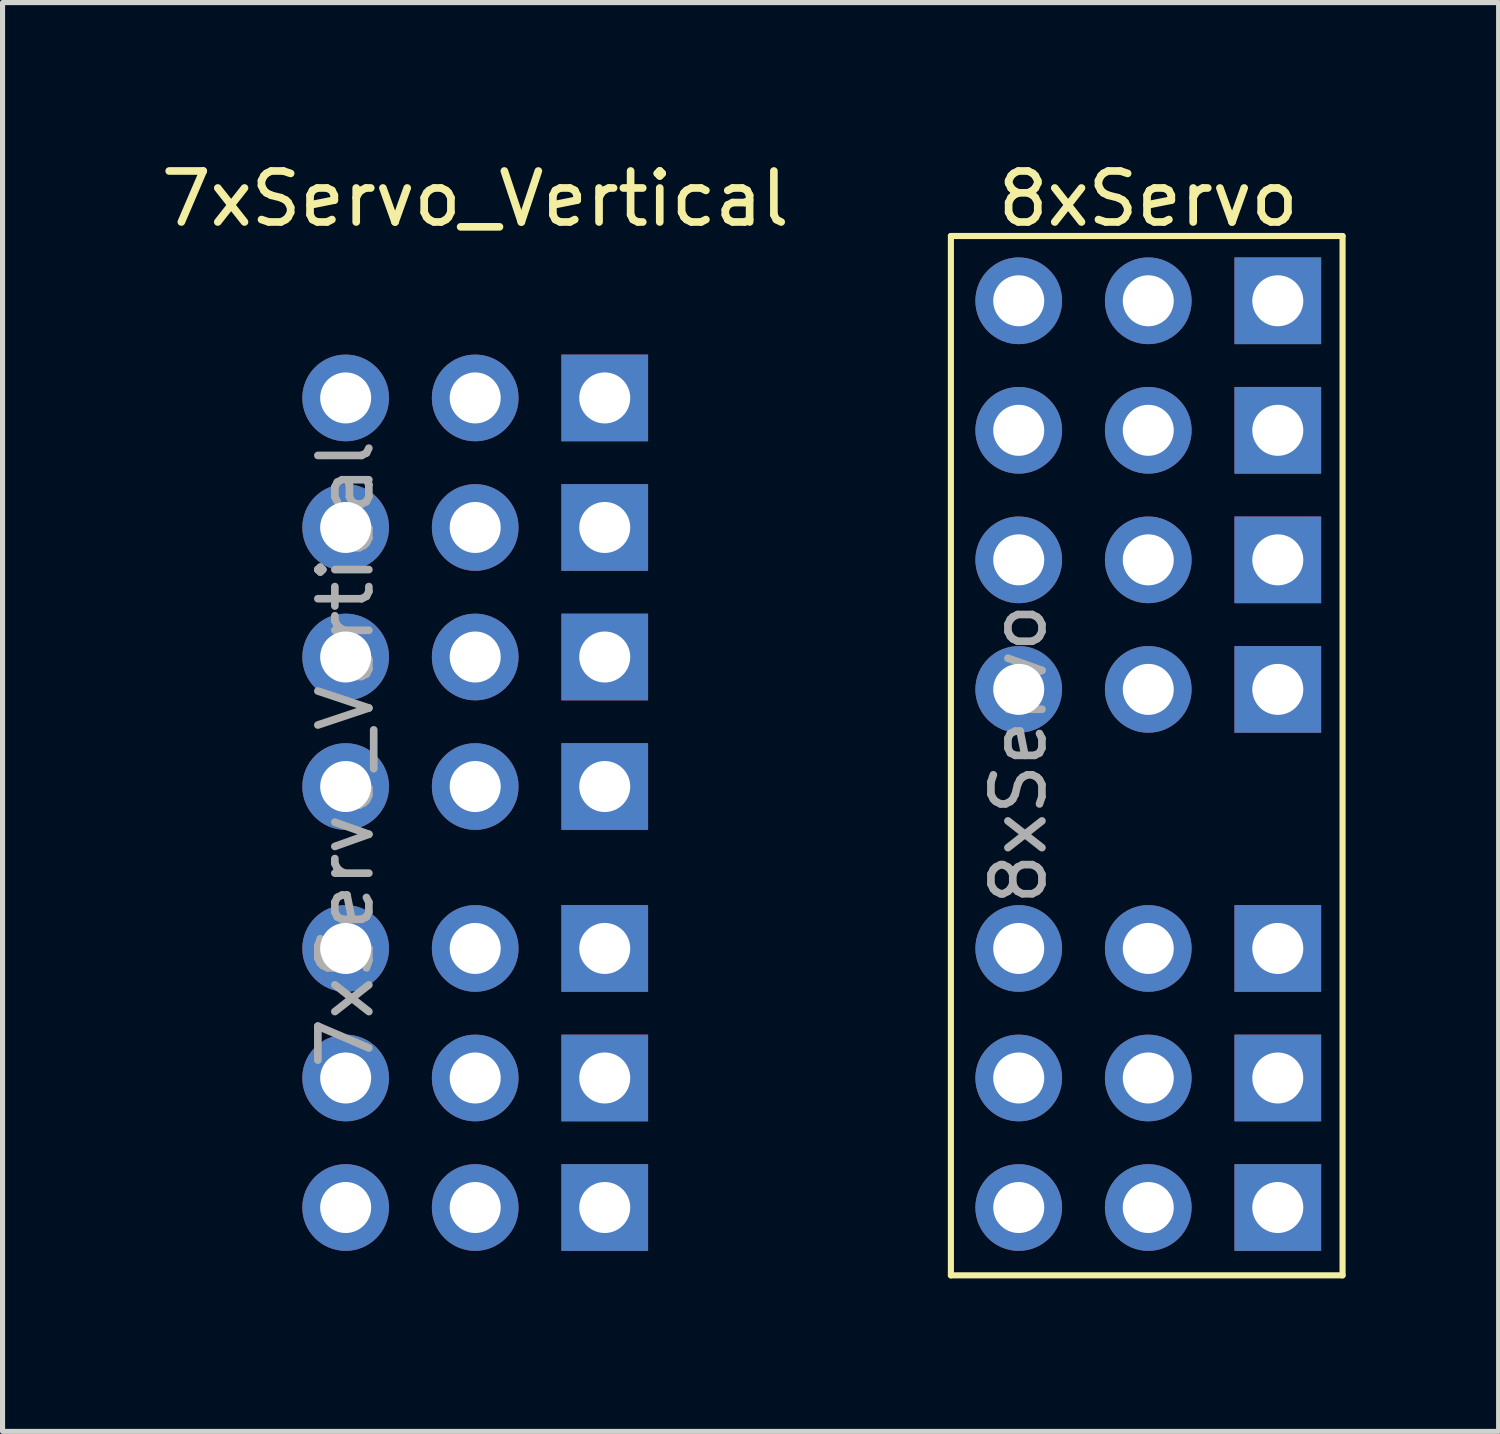
<source format=kicad_pcb>
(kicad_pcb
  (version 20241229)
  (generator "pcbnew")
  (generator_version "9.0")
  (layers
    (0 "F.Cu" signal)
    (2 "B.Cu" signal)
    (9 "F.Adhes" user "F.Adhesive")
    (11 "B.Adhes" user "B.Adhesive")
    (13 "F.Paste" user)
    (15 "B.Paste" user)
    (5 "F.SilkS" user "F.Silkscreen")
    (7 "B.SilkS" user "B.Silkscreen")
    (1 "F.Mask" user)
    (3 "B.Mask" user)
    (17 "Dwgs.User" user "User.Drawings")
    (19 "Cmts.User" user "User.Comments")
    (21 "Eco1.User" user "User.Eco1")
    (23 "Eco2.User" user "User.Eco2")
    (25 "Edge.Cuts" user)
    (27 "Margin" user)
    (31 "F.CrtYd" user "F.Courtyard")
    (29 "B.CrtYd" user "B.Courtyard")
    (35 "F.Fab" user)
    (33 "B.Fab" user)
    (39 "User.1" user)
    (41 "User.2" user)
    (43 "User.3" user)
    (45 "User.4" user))
  (footprint "8xServo"
    (layer "F.Cu")
    (at 19.466 2.848)
    (property "Reference" "8xServo" (at 0 -2 0) (layer "F.SilkS") (effects (font (size 1 1) (thickness 0.15))))
    (attr through_hole)
    (fp_line (start -3.87 -1.27) (end -3.87 19.11) (stroke (width 0.12) (type solid)) (layer "F.SilkS"))
    (fp_line (start -3.87 -1.27) (end 3.81 -1.27) (stroke (width 0.12) (type solid)) (layer "F.SilkS"))
    (fp_line (start -3.87 19.11) (end 3.81 19.11) (stroke (width 0.12) (type solid)) (layer "F.SilkS"))
    (fp_line (start 3.81 -1.27) (end 3.81 19.11) (stroke (width 0.12) (type solid)) (layer "F.SilkS"))
    (fp_text user "${REFERENCE}" (at -2.54 8.89 90) (layer "F.Fab") (effects (font (size 1 1) (thickness 0.15))))
    (pad "1" thru_hole circle (at -2.54 0) (size 1.7 1.7) (drill 1) (layers "*.Cu" "*.Mask"))
    (pad "2" thru_hole oval (at -2.54 2.54) (size 1.7 1.7) (drill 1) (layers "*.Cu" "*.Mask"))
    (pad "3" thru_hole oval (at -2.54 5.08) (size 1.7 1.7) (drill 1) (layers "*.Cu" "*.Mask"))
    (pad "4" thru_hole oval (at -2.54 7.62) (size 1.7 1.7) (drill 1) (layers "*.Cu" "*.Mask"))
    (pad "5" thru_hole oval (at -2.54 12.7) (size 1.7 1.7) (drill 1) (layers "*.Cu" "*.Mask"))
    (pad "6" thru_hole oval (at -2.54 15.24) (size 1.7 1.7) (drill 1) (layers "*.Cu" "*.Mask"))
    (pad "7" thru_hole oval (at -2.54 17.78) (size 1.7 1.7) (drill 1) (layers "*.Cu" "*.Mask"))
    (pad "8" thru_hole circle (at 0 0) (size 1.7 1.7) (drill 1) (layers "*.Cu" "*.Mask"))
    (pad "9" thru_hole oval (at 0 2.54) (size 1.7 1.7) (drill 1) (layers "*.Cu" "*.Mask"))
    (pad "10" thru_hole oval (at 0 5.08) (size 1.7 1.7) (drill 1) (layers "*.Cu" "*.Mask"))
    (pad "11" thru_hole oval (at 0 7.62) (size 1.7 1.7) (drill 1) (layers "*.Cu" "*.Mask"))
    (pad "12" thru_hole oval (at 0 12.7) (size 1.7 1.7) (drill 1) (layers "*.Cu" "*.Mask"))
    (pad "13" thru_hole oval (at 0 15.24) (size 1.7 1.7) (drill 1) (layers "*.Cu" "*.Mask"))
    (pad "14" thru_hole oval (at 0 17.78) (size 1.7 1.7) (drill 1) (layers "*.Cu" "*.Mask"))
    (pad "15" thru_hole rect (at 2.54 0) (size 1.7 1.7) (drill 1) (layers "*.Cu" "*.Mask"))
    (pad "16" thru_hole rect (at 2.54 2.54) (size 1.7 1.7) (drill 1) (layers "*.Cu" "*.Mask"))
    (pad "17" thru_hole rect (at 2.54 5.08) (size 1.7 1.7) (drill 1) (layers "*.Cu" "*.Mask"))
    (pad "18" thru_hole rect (at 2.54 7.62) (size 1.7 1.7) (drill 1) (layers "*.Cu" "*.Mask"))
    (pad "19" thru_hole rect (at 2.54 12.7) (size 1.7 1.7) (drill 1) (layers "*.Cu" "*.Mask"))
    (pad "20" thru_hole rect (at 2.54 15.24) (size 1.7 1.7) (drill 1) (layers "*.Cu" "*.Mask"))
    (pad "21" thru_hole rect (at 2.54 17.78) (size 1.7 1.7) (drill 1) (layers "*.Cu" "*.Mask")))
  (footprint "7xServo_Vertical"
    (layer "F.Cu")
    (at 6.273 12.683)
    (property "Reference" "7xServo_Vertical" (at -0.005 -11.835 0) (layer "F.SilkS") (effects (font (size 1 1) (thickness 0.15))))
    (attr through_hole)
    (fp_line (start -2.545 -7.93) (end 2.535 7.945) (stroke (width 0.12) (type default)) (layer "User.1"))
    (fp_line (start 2.535 -7.93) (end -2.545 7.945) (stroke (width 0.12) (type default)) (layer "User.1"))
    (fp_text user "${REFERENCE}" (at -2.545 -0.945 90) (layer "F.Fab") (effects (font (size 1 1) (thickness 0.15))))
    (pad "1" thru_hole circle (at -2.545 -7.93) (size 1.7 1.7) (drill 1) (layers "*.Cu" "*.Mask"))
    (pad "2" thru_hole oval (at -2.545 -5.39) (size 1.7 1.7) (drill 1) (layers "*.Cu" "*.Mask"))
    (pad "3" thru_hole oval (at -2.545 -2.85) (size 1.7 1.7) (drill 1) (layers "*.Cu" "*.Mask"))
    (pad "4" thru_hole oval (at -2.545 -0.31) (size 1.7 1.7) (drill 1) (layers "*.Cu" "*.Mask"))
    (pad "5" thru_hole oval (at -2.545 2.865) (size 1.7 1.7) (drill 1) (layers "*.Cu" "*.Mask"))
    (pad "6" thru_hole oval (at -2.545 5.405) (size 1.7 1.7) (drill 1) (layers "*.Cu" "*.Mask"))
    (pad "7" thru_hole oval (at -2.545 7.945) (size 1.7 1.7) (drill 1) (layers "*.Cu" "*.Mask"))
    (pad "8" thru_hole circle (at -0.005 -7.93) (size 1.7 1.7) (drill 1) (layers "*.Cu" "*.Mask"))
    (pad "9" thru_hole oval (at -0.005 -5.39) (size 1.7 1.7) (drill 1) (layers "*.Cu" "*.Mask"))
    (pad "10" thru_hole oval (at -0.005 -2.85) (size 1.7 1.7) (drill 1) (layers "*.Cu" "*.Mask"))
    (pad "11" thru_hole oval (at -0.005 -0.31) (size 1.7 1.7) (drill 1) (layers "*.Cu" "*.Mask"))
    (pad "12" thru_hole oval (at -0.005 2.865) (size 1.7 1.7) (drill 1) (layers "*.Cu" "*.Mask"))
    (pad "13" thru_hole oval (at -0.005 5.405) (size 1.7 1.7) (drill 1) (layers "*.Cu" "*.Mask"))
    (pad "14" thru_hole oval (at -0.005 7.945) (size 1.7 1.7) (drill 1) (layers "*.Cu" "*.Mask"))
    (pad "15" thru_hole rect (at 2.535 -7.93) (size 1.7 1.7) (drill 1) (layers "*.Cu" "*.Mask"))
    (pad "16" thru_hole rect (at 2.535 -5.39) (size 1.7 1.7) (drill 1) (layers "*.Cu" "*.Mask"))
    (pad "17" thru_hole rect (at 2.535 -2.85) (size 1.7 1.7) (drill 1) (layers "*.Cu" "*.Mask"))
    (pad "18" thru_hole rect (at 2.535 -0.31) (size 1.7 1.7) (drill 1) (layers "*.Cu" "*.Mask"))
    (pad "19" thru_hole rect (at 2.535 2.865) (size 1.7 1.7) (drill 1) (layers "*.Cu" "*.Mask"))
    (pad "20" thru_hole rect (at 2.535 5.405) (size 1.7 1.7) (drill 1) (layers "*.Cu" "*.Mask"))
    (pad "21" thru_hole rect (at 2.535 7.945) (size 1.7 1.7) (drill 1) (layers "*.Cu" "*.Mask")))
  (gr_rect
    (start -3 -3)
    (end 26.336 25.018)
    (stroke (width 0.1) (type default))
    (fill no)
    (layer "Edge.Cuts")))
</source>
